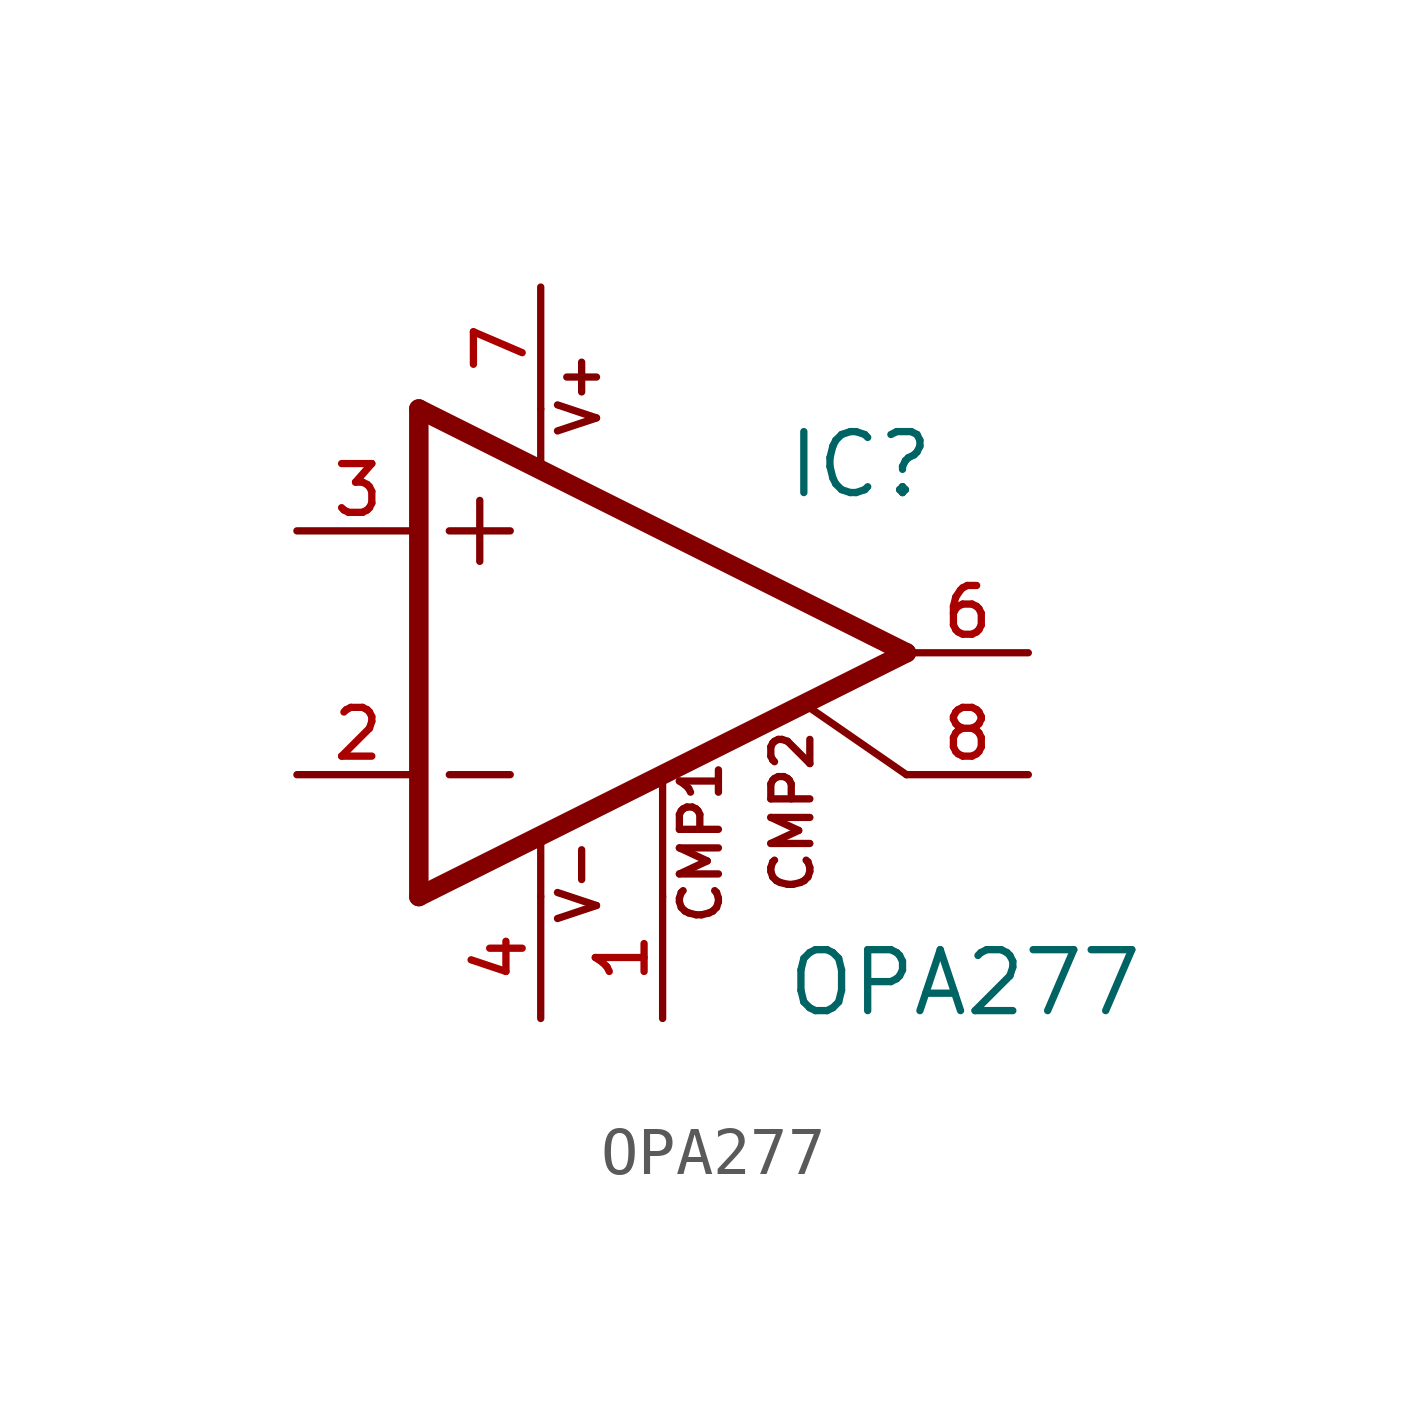
<source format=kicad_sym>
(kicad_symbol_lib
  (version 20211014)
  (generator kicad_symbol_editor)
  (symbol "OPA277"
    (pin_names
      (offset 1.016))
    (property "Reference" "IC"
      (at 2.54 3.175 0)
      (effects (font (size 1.27 1.27)) (justify bottom left)))
    (property "Value" "OPA277"
      (at 2.54 -7.62 0)
      (effects (font (size 1.27 1.27)) (justify bottom left)))
    (symbol "OPA277_0_0"
      (polyline (pts (xy 0.0 -2.616) (xy 0.0 -5.08)) (stroke (width 0.152)))
      (polyline (pts (xy -2.54 5.08) (xy -2.54 3.886)) (stroke (width 0.152)))
      (polyline (pts (xy -5.08 5.08) (xy -5.08 -5.08)) (stroke (width 0.406)))
      (polyline (pts (xy -5.08 -5.08) (xy 5.08 0.0)) (stroke (width 0.406)))
      (polyline (pts (xy 5.08 0.0) (xy -5.08 5.08)) (stroke (width 0.406)))
      (polyline (pts (xy -3.81 3.175) (xy -3.81 1.905)) (stroke (width 0.152)))
      (polyline (pts (xy -4.445 2.54) (xy -3.175 2.54)) (stroke (width 0.152)))
      (polyline (pts (xy -4.445 -2.54) (xy -3.175 -2.54)) (stroke (width 0.152)))
      (polyline (pts (xy 5.08 -2.54) (xy 3.023 -1.118)) (stroke (width 0.152)))
      (polyline (pts (xy -2.54 -3.886) (xy -2.54 -5.08)) (stroke (width 0.152)))
      (text "CMP1" (at 1.27 -5.715 900) (effects (font (size 0.813 0.813)) (justify bottom left)))
      (text "CMP2" (at 3.175 -5.08 900) (effects (font (size 0.813 0.813)) (justify bottom left)))
      (text "V+" (at -1.27 4.445 900) (effects (font (size 0.813 0.813)) (justify bottom left)))
      (text "V-" (at -1.27 -5.715 900) (effects (font (size 0.813 0.813)) (justify bottom left)))
      (pin passive line (at 0.0 -7.62 90.0) (length 2.54) (name "~" (effects (font (size 1.016 1.016)))) (number "1" (effects (font (size 1.016 1.016)))))
      (pin input line (at -7.62 -2.54 0) (length 2.54) (name "~" (effects (font (size 1.016 1.016)))) (number "2" (effects (font (size 1.016 1.016)))))
      (pin input line (at -7.62 2.54 0) (length 2.54) (name "~" (effects (font (size 1.016 1.016)))) (number "3" (effects (font (size 1.016 1.016)))))
      (pin passive line (at 7.62 -2.54 180.0) (length 2.54) (name "~" (effects (font (size 1.016 1.016)))) (number "8" (effects (font (size 1.016 1.016)))))
      (pin output line (at 7.62 0.0 180.0) (length 2.54) (name "~" (effects (font (size 1.016 1.016)))) (number "6" (effects (font (size 1.016 1.016)))))
      (pin power_in line (at -2.54 7.62 270.0) (length 2.54) (name "~" (effects (font (size 1.016 1.016)))) (number "7" (effects (font (size 1.016 1.016)))))
      (pin power_in line (at -2.54 -7.62 90.0) (length 2.54) (name "~" (effects (font (size 1.016 1.016)))) (number "4" (effects (font (size 1.016 1.016))))))))
</source>
